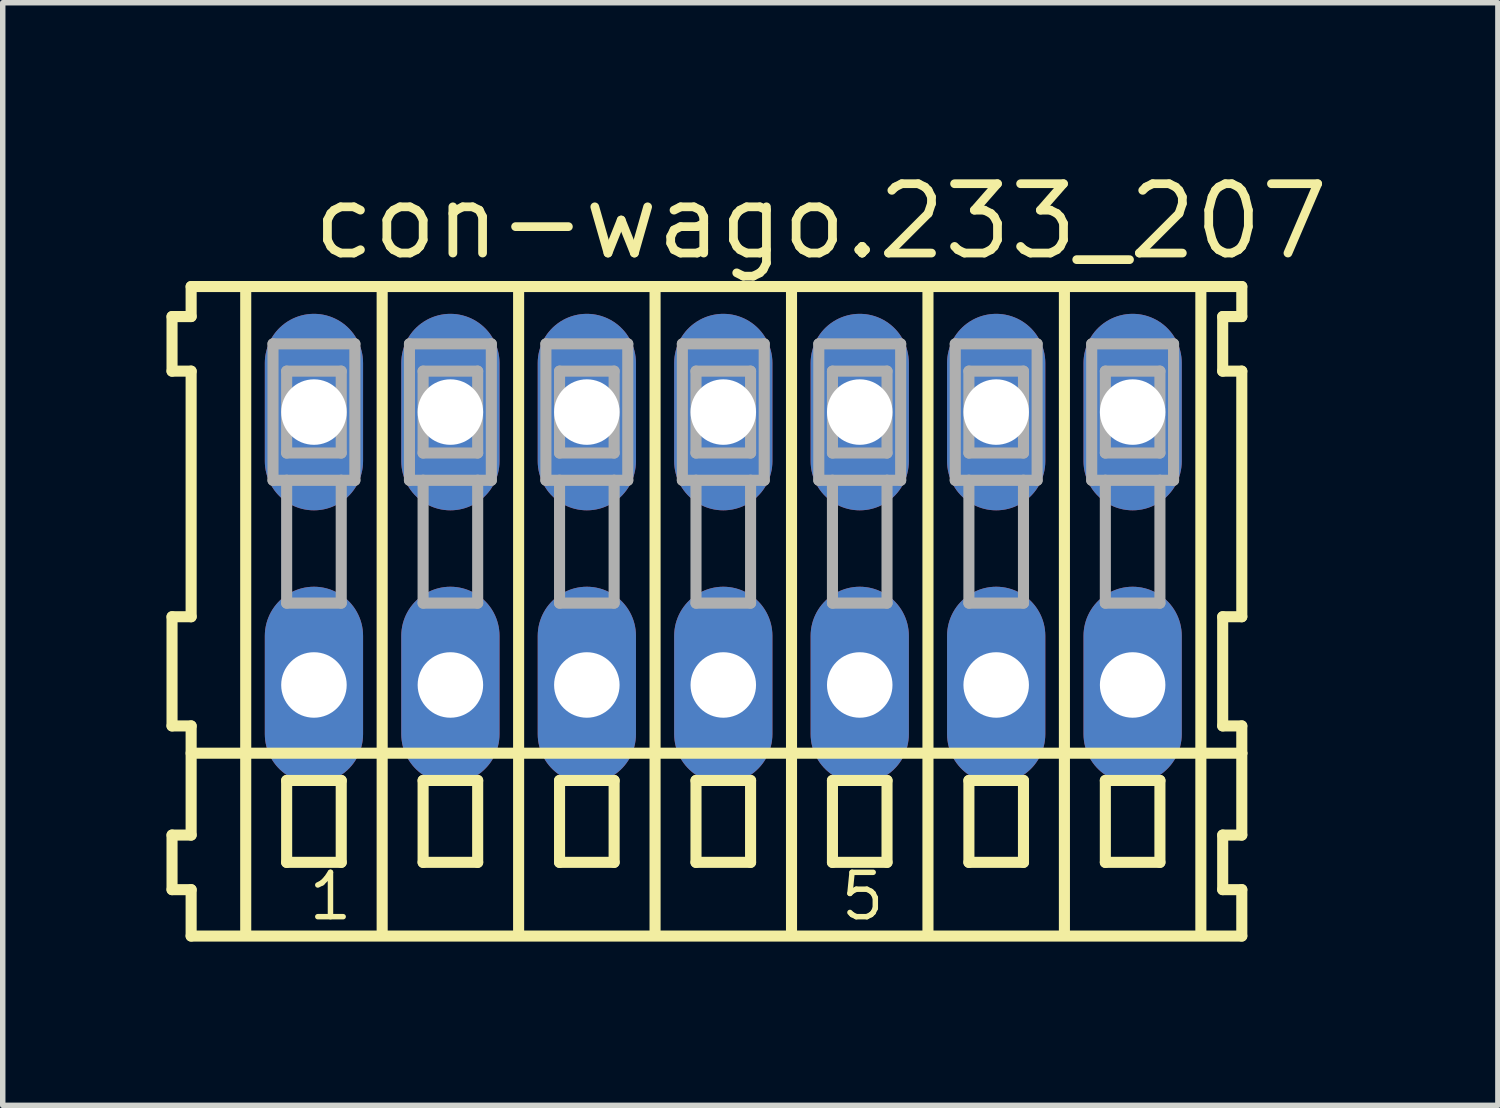
<source format=kicad_pcb>
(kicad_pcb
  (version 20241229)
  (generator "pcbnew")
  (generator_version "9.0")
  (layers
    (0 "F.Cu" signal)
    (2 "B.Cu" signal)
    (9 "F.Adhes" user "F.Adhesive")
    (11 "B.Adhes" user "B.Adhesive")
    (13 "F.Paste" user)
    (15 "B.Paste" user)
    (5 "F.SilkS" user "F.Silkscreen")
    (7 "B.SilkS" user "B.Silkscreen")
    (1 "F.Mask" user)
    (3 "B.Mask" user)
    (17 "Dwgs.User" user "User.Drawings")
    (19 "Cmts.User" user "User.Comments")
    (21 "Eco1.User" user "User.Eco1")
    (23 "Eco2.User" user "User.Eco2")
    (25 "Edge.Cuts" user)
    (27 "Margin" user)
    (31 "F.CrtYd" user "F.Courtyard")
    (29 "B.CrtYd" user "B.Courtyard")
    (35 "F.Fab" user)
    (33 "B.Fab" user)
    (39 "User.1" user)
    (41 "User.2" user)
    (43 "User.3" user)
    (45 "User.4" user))
  (footprint "con-wago.233_207"
    (layer "F.Cu")
    (at 10.202 7)
    (property "Reference" "con-wago.233_207" (at -7.6 -5.25 0) (layer "F.SilkS") (effects (font (size 1.27 1.27) (thickness 0.16)) (justify left bottom)))
    (attr through_hole)
    (fp_line (start -10.1 -4.25) (end -10.1 -3.25) (stroke (width 0.203) (type default)) (layer "F.SilkS"))
    (fp_line (start -10.1 -3.25) (end -9.75 -3.25) (stroke (width 0.203) (type default)) (layer "F.SilkS"))
    (fp_line (start -10.1 1.25) (end -10.1 3.25) (stroke (width 0.203) (type default)) (layer "F.SilkS"))
    (fp_line (start -10.1 3.25) (end -9.75 3.25) (stroke (width 0.203) (type default)) (layer "F.SilkS"))
    (fp_line (start -10.1 5.25) (end -10.1 6.25) (stroke (width 0.203) (type default)) (layer "F.SilkS"))
    (fp_line (start -10.1 6.25) (end -9.75 6.25) (stroke (width 0.203) (type default)) (layer "F.SilkS"))
    (fp_line (start -9.75 -4.8) (end -9.75 -4.25) (stroke (width 0.203) (type default)) (layer "F.SilkS"))
    (fp_line (start -9.75 -4.25) (end -10.1 -4.25) (stroke (width 0.203) (type default)) (layer "F.SilkS"))
    (fp_line (start -9.75 -3.25) (end -9.75 1.25) (stroke (width 0.203) (type default)) (layer "F.SilkS"))
    (fp_line (start -9.75 1.25) (end -10.1 1.25) (stroke (width 0.203) (type default)) (layer "F.SilkS"))
    (fp_line (start -9.75 3.25) (end -9.75 5.25) (stroke (width 0.203) (type default)) (layer "F.SilkS"))
    (fp_line (start -9.75 3.75) (end 9.5 3.75) (stroke (width 0.203) (type default)) (layer "F.SilkS"))
    (fp_line (start -9.75 5.25) (end -10.1 5.25) (stroke (width 0.203) (type default)) (layer "F.SilkS"))
    (fp_line (start -9.75 6.25) (end -9.75 7.1) (stroke (width 0.203) (type default)) (layer "F.SilkS"))
    (fp_line (start -9.75 7.1) (end 9.5 7.1) (stroke (width 0.203) (type default)) (layer "F.SilkS"))
    (fp_line (start -8.75 -4.75) (end -8.75 7) (stroke (width 0.203) (type default)) (layer "F.SilkS"))
    (fp_line (start -8 4.25) (end -8 5.75) (stroke (width 0.203) (type default)) (layer "F.SilkS"))
    (fp_line (start -8 5.75) (end -7 5.75) (stroke (width 0.203) (type default)) (layer "F.SilkS"))
    (fp_line (start -7 4.25) (end -8 4.25) (stroke (width 0.203) (type default)) (layer "F.SilkS"))
    (fp_line (start -7 5.75) (end -7 4.25) (stroke (width 0.203) (type default)) (layer "F.SilkS"))
    (fp_line (start -6.25 -4.75) (end -6.25 7) (stroke (width 0.203) (type default)) (layer "F.SilkS"))
    (fp_line (start -5.5 4.25) (end -5.5 5.75) (stroke (width 0.203) (type default)) (layer "F.SilkS"))
    (fp_line (start -5.5 5.75) (end -4.5 5.75) (stroke (width 0.203) (type default)) (layer "F.SilkS"))
    (fp_line (start -4.5 4.25) (end -5.5 4.25) (stroke (width 0.203) (type default)) (layer "F.SilkS"))
    (fp_line (start -4.5 5.75) (end -4.5 4.25) (stroke (width 0.203) (type default)) (layer "F.SilkS"))
    (fp_line (start -3.75 -4.75) (end -3.75 7) (stroke (width 0.203) (type default)) (layer "F.SilkS"))
    (fp_line (start -3 4.25) (end -3 5.75) (stroke (width 0.203) (type default)) (layer "F.SilkS"))
    (fp_line (start -3 5.75) (end -2 5.75) (stroke (width 0.203) (type default)) (layer "F.SilkS"))
    (fp_line (start -2 4.25) (end -3 4.25) (stroke (width 0.203) (type default)) (layer "F.SilkS"))
    (fp_line (start -2 5.75) (end -2 4.25) (stroke (width 0.203) (type default)) (layer "F.SilkS"))
    (fp_line (start -1.25 -4.75) (end -1.25 7) (stroke (width 0.203) (type default)) (layer "F.SilkS"))
    (fp_line (start -0.5 4.25) (end -0.5 5.75) (stroke (width 0.203) (type default)) (layer "F.SilkS"))
    (fp_line (start -0.5 5.75) (end 0.5 5.75) (stroke (width 0.203) (type default)) (layer "F.SilkS"))
    (fp_line (start 0.5 4.25) (end -0.5 4.25) (stroke (width 0.203) (type default)) (layer "F.SilkS"))
    (fp_line (start 0.5 5.75) (end 0.5 4.25) (stroke (width 0.203) (type default)) (layer "F.SilkS"))
    (fp_line (start 1.25 -4.75) (end 1.25 7) (stroke (width 0.203) (type default)) (layer "F.SilkS"))
    (fp_line (start 2 4.25) (end 2 5.75) (stroke (width 0.203) (type default)) (layer "F.SilkS"))
    (fp_line (start 2 5.75) (end 3 5.75) (stroke (width 0.203) (type default)) (layer "F.SilkS"))
    (fp_line (start 3 4.25) (end 2 4.25) (stroke (width 0.203) (type default)) (layer "F.SilkS"))
    (fp_line (start 3 5.75) (end 3 4.25) (stroke (width 0.203) (type default)) (layer "F.SilkS"))
    (fp_line (start 3.75 -4.75) (end 3.75 7) (stroke (width 0.203) (type default)) (layer "F.SilkS"))
    (fp_line (start 4.5 4.25) (end 4.5 5.75) (stroke (width 0.203) (type default)) (layer "F.SilkS"))
    (fp_line (start 4.5 5.75) (end 5.5 5.75) (stroke (width 0.203) (type default)) (layer "F.SilkS"))
    (fp_line (start 5.5 4.25) (end 4.5 4.25) (stroke (width 0.203) (type default)) (layer "F.SilkS"))
    (fp_line (start 5.5 5.75) (end 5.5 4.25) (stroke (width 0.203) (type default)) (layer "F.SilkS"))
    (fp_line (start 6.25 -4.75) (end 6.25 7) (stroke (width 0.203) (type default)) (layer "F.SilkS"))
    (fp_line (start 7 4.25) (end 7 5.75) (stroke (width 0.203) (type default)) (layer "F.SilkS"))
    (fp_line (start 7 5.75) (end 8 5.75) (stroke (width 0.203) (type default)) (layer "F.SilkS"))
    (fp_line (start 8 4.25) (end 7 4.25) (stroke (width 0.203) (type default)) (layer "F.SilkS"))
    (fp_line (start 8 5.75) (end 8 4.25) (stroke (width 0.203) (type default)) (layer "F.SilkS"))
    (fp_line (start 8.75 -4.75) (end 8.75 7) (stroke (width 0.203) (type default)) (layer "F.SilkS"))
    (fp_line (start 9.15 -4.25) (end 9.15 -3.25) (stroke (width 0.203) (type default)) (layer "F.SilkS"))
    (fp_line (start 9.15 -3.25) (end 9.5 -3.25) (stroke (width 0.203) (type default)) (layer "F.SilkS"))
    (fp_line (start 9.15 1.25) (end 9.15 3.25) (stroke (width 0.203) (type default)) (layer "F.SilkS"))
    (fp_line (start 9.15 3.25) (end 9.5 3.25) (stroke (width 0.203) (type default)) (layer "F.SilkS"))
    (fp_line (start 9.15 5.25) (end 9.15 6.25) (stroke (width 0.203) (type default)) (layer "F.SilkS"))
    (fp_line (start 9.15 6.25) (end 9.5 6.25) (stroke (width 0.203) (type default)) (layer "F.SilkS"))
    (fp_line (start 9.5 -4.8) (end -9.75 -4.8) (stroke (width 0.203) (type default)) (layer "F.SilkS"))
    (fp_line (start 9.5 -4.25) (end 9.15 -4.25) (stroke (width 0.203) (type default)) (layer "F.SilkS"))
    (fp_line (start 9.5 -4.25) (end 9.5 -4.8) (stroke (width 0.203) (type default)) (layer "F.SilkS"))
    (fp_line (start 9.5 1.25) (end 9.15 1.25) (stroke (width 0.203) (type default)) (layer "F.SilkS"))
    (fp_line (start 9.5 1.25) (end 9.5 -3.25) (stroke (width 0.203) (type default)) (layer "F.SilkS"))
    (fp_line (start 9.5 3.75) (end 9.5 3.25) (stroke (width 0.203) (type default)) (layer "F.SilkS"))
    (fp_line (start 9.5 5.25) (end 9.15 5.25) (stroke (width 0.203) (type default)) (layer "F.SilkS"))
    (fp_line (start 9.5 5.25) (end 9.5 3.75) (stroke (width 0.203) (type default)) (layer "F.SilkS"))
    (fp_line (start 9.5 7.1) (end 9.5 6.25) (stroke (width 0.203) (type default)) (layer "F.SilkS"))
    (fp_line (start -8.25 -3.75) (end -8.25 -1.25) (stroke (width 0.203) (type default)) (layer "F.Fab"))
    (fp_line (start -8.25 -1.25) (end -8 -1.25) (stroke (width 0.203) (type default)) (layer "F.Fab"))
    (fp_line (start -8 -3.25) (end -8 -1.75) (stroke (width 0.203) (type default)) (layer "F.Fab"))
    (fp_line (start -8 -1.75) (end -7 -1.75) (stroke (width 0.203) (type default)) (layer "F.Fab"))
    (fp_line (start -8 -1.25) (end -8 1) (stroke (width 0.203) (type default)) (layer "F.Fab"))
    (fp_line (start -8 -1.25) (end -7 -1.25) (stroke (width 0.203) (type default)) (layer "F.Fab"))
    (fp_line (start -8 1) (end -7 1) (stroke (width 0.203) (type default)) (layer "F.Fab"))
    (fp_line (start -7 -3.25) (end -8 -3.25) (stroke (width 0.203) (type default)) (layer "F.Fab"))
    (fp_line (start -7 -1.75) (end -7 -3.25) (stroke (width 0.203) (type default)) (layer "F.Fab"))
    (fp_line (start -7 -1.25) (end -6.75 -1.25) (stroke (width 0.203) (type default)) (layer "F.Fab"))
    (fp_line (start -7 1) (end -7 -1.25) (stroke (width 0.203) (type default)) (layer "F.Fab"))
    (fp_line (start -6.75 -3.75) (end -8.25 -3.75) (stroke (width 0.203) (type default)) (layer "F.Fab"))
    (fp_line (start -6.75 -1.25) (end -6.75 -3.75) (stroke (width 0.203) (type default)) (layer "F.Fab"))
    (fp_line (start -5.75 -3.75) (end -5.75 -1.25) (stroke (width 0.203) (type default)) (layer "F.Fab"))
    (fp_line (start -5.75 -1.25) (end -5.5 -1.25) (stroke (width 0.203) (type default)) (layer "F.Fab"))
    (fp_line (start -5.5 -3.25) (end -5.5 -1.75) (stroke (width 0.203) (type default)) (layer "F.Fab"))
    (fp_line (start -5.5 -1.75) (end -4.5 -1.75) (stroke (width 0.203) (type default)) (layer "F.Fab"))
    (fp_line (start -5.5 -1.25) (end -5.5 1) (stroke (width 0.203) (type default)) (layer "F.Fab"))
    (fp_line (start -5.5 -1.25) (end -4.5 -1.25) (stroke (width 0.203) (type default)) (layer "F.Fab"))
    (fp_line (start -5.5 1) (end -4.5 1) (stroke (width 0.203) (type default)) (layer "F.Fab"))
    (fp_line (start -4.5 -3.25) (end -5.5 -3.25) (stroke (width 0.203) (type default)) (layer "F.Fab"))
    (fp_line (start -4.5 -1.75) (end -4.5 -3.25) (stroke (width 0.203) (type default)) (layer "F.Fab"))
    (fp_line (start -4.5 -1.25) (end -4.25 -1.25) (stroke (width 0.203) (type default)) (layer "F.Fab"))
    (fp_line (start -4.5 1) (end -4.5 -1.25) (stroke (width 0.203) (type default)) (layer "F.Fab"))
    (fp_line (start -4.25 -3.75) (end -5.75 -3.75) (stroke (width 0.203) (type default)) (layer "F.Fab"))
    (fp_line (start -4.25 -1.25) (end -4.25 -3.75) (stroke (width 0.203) (type default)) (layer "F.Fab"))
    (fp_line (start -3.25 -3.75) (end -3.25 -1.25) (stroke (width 0.203) (type default)) (layer "F.Fab"))
    (fp_line (start -3.25 -1.25) (end -3 -1.25) (stroke (width 0.203) (type default)) (layer "F.Fab"))
    (fp_line (start -3 -3.25) (end -3 -1.75) (stroke (width 0.203) (type default)) (layer "F.Fab"))
    (fp_line (start -3 -1.75) (end -2 -1.75) (stroke (width 0.203) (type default)) (layer "F.Fab"))
    (fp_line (start -3 -1.25) (end -3 1) (stroke (width 0.203) (type default)) (layer "F.Fab"))
    (fp_line (start -3 -1.25) (end -2 -1.25) (stroke (width 0.203) (type default)) (layer "F.Fab"))
    (fp_line (start -3 1) (end -2 1) (stroke (width 0.203) (type default)) (layer "F.Fab"))
    (fp_line (start -2 -3.25) (end -3 -3.25) (stroke (width 0.203) (type default)) (layer "F.Fab"))
    (fp_line (start -2 -1.75) (end -2 -3.25) (stroke (width 0.203) (type default)) (layer "F.Fab"))
    (fp_line (start -2 -1.25) (end -1.75 -1.25) (stroke (width 0.203) (type default)) (layer "F.Fab"))
    (fp_line (start -2 1) (end -2 -1.25) (stroke (width 0.203) (type default)) (layer "F.Fab"))
    (fp_line (start -1.75 -3.75) (end -3.25 -3.75) (stroke (width 0.203) (type default)) (layer "F.Fab"))
    (fp_line (start -1.75 -1.25) (end -1.75 -3.75) (stroke (width 0.203) (type default)) (layer "F.Fab"))
    (fp_line (start -0.75 -3.75) (end -0.75 -1.25) (stroke (width 0.203) (type default)) (layer "F.Fab"))
    (fp_line (start -0.75 -1.25) (end -0.5 -1.25) (stroke (width 0.203) (type default)) (layer "F.Fab"))
    (fp_line (start -0.5 -3.25) (end -0.5 -1.75) (stroke (width 0.203) (type default)) (layer "F.Fab"))
    (fp_line (start -0.5 -1.75) (end 0.5 -1.75) (stroke (width 0.203) (type default)) (layer "F.Fab"))
    (fp_line (start -0.5 -1.25) (end -0.5 1) (stroke (width 0.203) (type default)) (layer "F.Fab"))
    (fp_line (start -0.5 -1.25) (end 0.5 -1.25) (stroke (width 0.203) (type default)) (layer "F.Fab"))
    (fp_line (start -0.5 1) (end 0.5 1) (stroke (width 0.203) (type default)) (layer "F.Fab"))
    (fp_line (start 0.5 -3.25) (end -0.5 -3.25) (stroke (width 0.203) (type default)) (layer "F.Fab"))
    (fp_line (start 0.5 -1.75) (end 0.5 -3.25) (stroke (width 0.203) (type default)) (layer "F.Fab"))
    (fp_line (start 0.5 -1.25) (end 0.75 -1.25) (stroke (width 0.203) (type default)) (layer "F.Fab"))
    (fp_line (start 0.5 1) (end 0.5 -1.25) (stroke (width 0.203) (type default)) (layer "F.Fab"))
    (fp_line (start 0.75 -3.75) (end -0.75 -3.75) (stroke (width 0.203) (type default)) (layer "F.Fab"))
    (fp_line (start 0.75 -1.25) (end 0.75 -3.75) (stroke (width 0.203) (type default)) (layer "F.Fab"))
    (fp_line (start 1.75 -3.75) (end 1.75 -1.25) (stroke (width 0.203) (type default)) (layer "F.Fab"))
    (fp_line (start 1.75 -1.25) (end 2 -1.25) (stroke (width 0.203) (type default)) (layer "F.Fab"))
    (fp_line (start 2 -3.25) (end 2 -1.75) (stroke (width 0.203) (type default)) (layer "F.Fab"))
    (fp_line (start 2 -1.75) (end 3 -1.75) (stroke (width 0.203) (type default)) (layer "F.Fab"))
    (fp_line (start 2 -1.25) (end 2 1) (stroke (width 0.203) (type default)) (layer "F.Fab"))
    (fp_line (start 2 -1.25) (end 3 -1.25) (stroke (width 0.203) (type default)) (layer "F.Fab"))
    (fp_line (start 2 1) (end 3 1) (stroke (width 0.203) (type default)) (layer "F.Fab"))
    (fp_line (start 3 -3.25) (end 2 -3.25) (stroke (width 0.203) (type default)) (layer "F.Fab"))
    (fp_line (start 3 -1.75) (end 3 -3.25) (stroke (width 0.203) (type default)) (layer "F.Fab"))
    (fp_line (start 3 -1.25) (end 3.25 -1.25) (stroke (width 0.203) (type default)) (layer "F.Fab"))
    (fp_line (start 3 1) (end 3 -1.25) (stroke (width 0.203) (type default)) (layer "F.Fab"))
    (fp_line (start 3.25 -3.75) (end 1.75 -3.75) (stroke (width 0.203) (type default)) (layer "F.Fab"))
    (fp_line (start 3.25 -1.25) (end 3.25 -3.75) (stroke (width 0.203) (type default)) (layer "F.Fab"))
    (fp_line (start 4.25 -3.75) (end 4.25 -1.25) (stroke (width 0.203) (type default)) (layer "F.Fab"))
    (fp_line (start 4.25 -1.25) (end 4.5 -1.25) (stroke (width 0.203) (type default)) (layer "F.Fab"))
    (fp_line (start 4.5 -3.25) (end 4.5 -1.75) (stroke (width 0.203) (type default)) (layer "F.Fab"))
    (fp_line (start 4.5 -1.75) (end 5.5 -1.75) (stroke (width 0.203) (type default)) (layer "F.Fab"))
    (fp_line (start 4.5 -1.25) (end 4.5 1) (stroke (width 0.203) (type default)) (layer "F.Fab"))
    (fp_line (start 4.5 -1.25) (end 5.5 -1.25) (stroke (width 0.203) (type default)) (layer "F.Fab"))
    (fp_line (start 4.5 1) (end 5.5 1) (stroke (width 0.203) (type default)) (layer "F.Fab"))
    (fp_line (start 5.5 -3.25) (end 4.5 -3.25) (stroke (width 0.203) (type default)) (layer "F.Fab"))
    (fp_line (start 5.5 -1.75) (end 5.5 -3.25) (stroke (width 0.203) (type default)) (layer "F.Fab"))
    (fp_line (start 5.5 -1.25) (end 5.75 -1.25) (stroke (width 0.203) (type default)) (layer "F.Fab"))
    (fp_line (start 5.5 1) (end 5.5 -1.25) (stroke (width 0.203) (type default)) (layer "F.Fab"))
    (fp_line (start 5.75 -3.75) (end 4.25 -3.75) (stroke (width 0.203) (type default)) (layer "F.Fab"))
    (fp_line (start 5.75 -1.25) (end 5.75 -3.75) (stroke (width 0.203) (type default)) (layer "F.Fab"))
    (fp_line (start 6.75 -3.75) (end 6.75 -1.25) (stroke (width 0.203) (type default)) (layer "F.Fab"))
    (fp_line (start 6.75 -1.25) (end 7 -1.25) (stroke (width 0.203) (type default)) (layer "F.Fab"))
    (fp_line (start 7 -3.25) (end 7 -1.75) (stroke (width 0.203) (type default)) (layer "F.Fab"))
    (fp_line (start 7 -1.75) (end 8 -1.75) (stroke (width 0.203) (type default)) (layer "F.Fab"))
    (fp_line (start 7 -1.25) (end 7 1) (stroke (width 0.203) (type default)) (layer "F.Fab"))
    (fp_line (start 7 -1.25) (end 8 -1.25) (stroke (width 0.203) (type default)) (layer "F.Fab"))
    (fp_line (start 7 1) (end 8 1) (stroke (width 0.203) (type default)) (layer "F.Fab"))
    (fp_line (start 8 -3.25) (end 7 -3.25) (stroke (width 0.203) (type default)) (layer "F.Fab"))
    (fp_line (start 8 -1.75) (end 8 -3.25) (stroke (width 0.203) (type default)) (layer "F.Fab"))
    (fp_line (start 8 -1.25) (end 8.25 -1.25) (stroke (width 0.203) (type default)) (layer "F.Fab"))
    (fp_line (start 8 1) (end 8 -1.25) (stroke (width 0.203) (type default)) (layer "F.Fab"))
    (fp_line (start 8.25 -3.75) (end 6.75 -3.75) (stroke (width 0.203) (type default)) (layer "F.Fab"))
    (fp_line (start 8.25 -1.25) (end 8.25 -3.75) (stroke (width 0.203) (type default)) (layer "F.Fab"))
    (fp_text user "5" (at 2.1 6.85 0) (layer "F.SilkS") (effects (font (size 0.813 0.813) (thickness 0.1)) (justify left bottom)))
    (fp_text user "1" (at -7.65 6.85 0) (layer "F.SilkS") (effects (font (size 0.813 0.813) (thickness 0.1)) (justify left bottom)))
    (pad "A1" thru_hole oval (at -7.5 -2.5 90) (size 3.6 1.8) (drill 1.2) (layers "*.Cu" "*.Mask"))
    (pad "A2" thru_hole oval (at -5 -2.5 90) (size 3.6 1.8) (drill 1.2) (layers "*.Cu" "*.Mask"))
    (pad "A3" thru_hole oval (at -2.5 -2.5 90) (size 3.6 1.8) (drill 1.2) (layers "*.Cu" "*.Mask"))
    (pad "A4" thru_hole oval (at 0 -2.5 90) (size 3.6 1.8) (drill 1.2) (layers "*.Cu" "*.Mask"))
    (pad "A5" thru_hole oval (at 2.5 -2.5 90) (size 3.6 1.8) (drill 1.2) (layers "*.Cu" "*.Mask"))
    (pad "A6" thru_hole oval (at 5 -2.5 90) (size 3.6 1.8) (drill 1.2) (layers "*.Cu" "*.Mask"))
    (pad "A7" thru_hole oval (at 7.5 -2.5 90) (size 3.6 1.8) (drill 1.2) (layers "*.Cu" "*.Mask"))
    (pad "B1" thru_hole oval (at -7.5 2.5 90) (size 3.6 1.8) (drill 1.2) (layers "*.Cu" "*.Mask"))
    (pad "B2" thru_hole oval (at -5 2.5 90) (size 3.6 1.8) (drill 1.2) (layers "*.Cu" "*.Mask"))
    (pad "B3" thru_hole oval (at -2.5 2.5 90) (size 3.6 1.8) (drill 1.2) (layers "*.Cu" "*.Mask"))
    (pad "B4" thru_hole oval (at 0 2.5 90) (size 3.6 1.8) (drill 1.2) (layers "*.Cu" "*.Mask"))
    (pad "B5" thru_hole oval (at 2.5 2.5 90) (size 3.6 1.8) (drill 1.2) (layers "*.Cu" "*.Mask"))
    (pad "B6" thru_hole oval (at 5 2.5 90) (size 3.6 1.8) (drill 1.2) (layers "*.Cu" "*.Mask"))
    (pad "B7" thru_hole oval (at 7.5 2.5 90) (size 3.6 1.8) (drill 1.2) (layers "*.Cu" "*.Mask")))
  (gr_rect
    (start -3 -3)
    (end 24.394 17.202)
    (stroke (width 0.1) (type default))
    (fill no)
    (layer "Edge.Cuts")))
</source>
